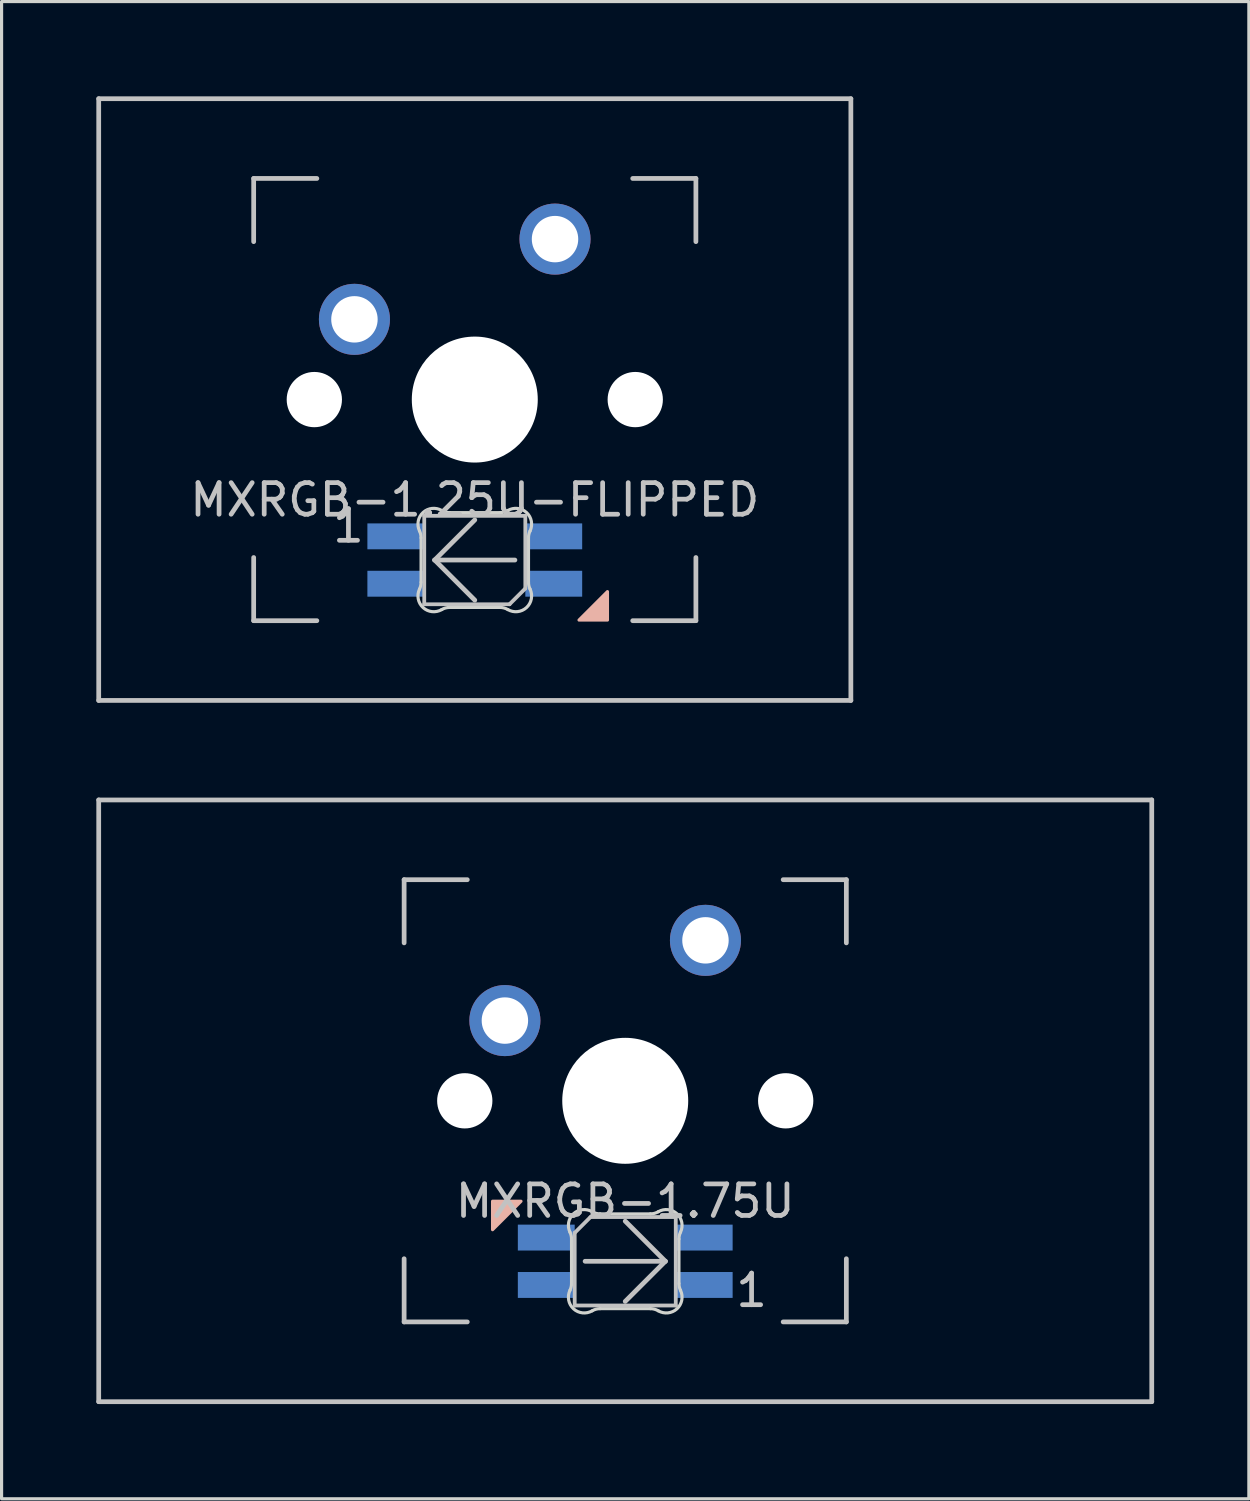
<source format=kicad_pcb>
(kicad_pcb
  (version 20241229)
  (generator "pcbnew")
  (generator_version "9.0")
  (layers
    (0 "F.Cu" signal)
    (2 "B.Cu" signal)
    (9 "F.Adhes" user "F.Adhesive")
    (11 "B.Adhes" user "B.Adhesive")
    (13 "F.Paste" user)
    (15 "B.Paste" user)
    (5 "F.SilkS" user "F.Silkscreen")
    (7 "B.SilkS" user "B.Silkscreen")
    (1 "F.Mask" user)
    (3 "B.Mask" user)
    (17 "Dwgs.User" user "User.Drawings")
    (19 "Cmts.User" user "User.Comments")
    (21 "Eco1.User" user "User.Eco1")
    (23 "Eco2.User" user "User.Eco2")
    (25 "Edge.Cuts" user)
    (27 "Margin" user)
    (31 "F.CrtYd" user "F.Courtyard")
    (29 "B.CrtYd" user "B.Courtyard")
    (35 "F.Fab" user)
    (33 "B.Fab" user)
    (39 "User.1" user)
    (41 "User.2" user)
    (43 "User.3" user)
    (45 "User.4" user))
  (footprint "MXRGB-1.75U"
    (layer "F.Cu")
    (at 16.744 31.8)
    (property "Reference" "MXRGB-1.75U" (at 0 3.175 0) (layer "Dwgs.User") (effects (font (size 1 1) (thickness 0.15))))
    (attr through_hole)
    (fp_poly (pts (xy -4.2 4.08) (xy -3.3 3.18) (xy -4.2 3.18)) (stroke (width 0.1) (type solid)) (fill yes) (layer "B.SilkS"))
    (fp_line (start -16.669 -9.525) (end 16.669 -9.525) (stroke (width 0.15) (type solid)) (layer "Dwgs.User"))
    (fp_line (start -16.669 9.525) (end -16.669 -9.525) (stroke (width 0.15) (type solid)) (layer "Dwgs.User"))
    (fp_line (start -16.669 9.525) (end 16.669 9.525) (stroke (width 0.15) (type solid)) (layer "Dwgs.User"))
    (fp_line (start -7 -7) (end -7 -5) (stroke (width 0.15) (type solid)) (layer "Dwgs.User"))
    (fp_line (start -7 5) (end -7 7) (stroke (width 0.15) (type solid)) (layer "Dwgs.User"))
    (fp_line (start -7 7) (end -5 7) (stroke (width 0.15) (type solid)) (layer "Dwgs.User"))
    (fp_line (start -5 -7) (end -7 -7) (stroke (width 0.15) (type solid)) (layer "Dwgs.User"))
    (fp_line (start -1.6 4.18) (end -1.6 6.48) (stroke (width 0.12) (type solid)) (layer "Dwgs.User"))
    (fp_line (start -1.6 4.18) (end -1.1 3.68) (stroke (width 0.12) (type solid)) (layer "Dwgs.User"))
    (fp_line (start -1.6 6.48) (end 1.6 6.48) (stroke (width 0.12) (type solid)) (layer "Dwgs.User"))
    (fp_line (start -1.27 5.08) (end 1.27 5.08) (stroke (width 0.15) (type solid)) (layer "Dwgs.User"))
    (fp_line (start 1.27 5.08) (end 0 3.81) (stroke (width 0.15) (type solid)) (layer "Dwgs.User"))
    (fp_line (start 1.27 5.08) (end 0 6.35) (stroke (width 0.15) (type solid)) (layer "Dwgs.User"))
    (fp_line (start 1.6 3.68) (end -1.1 3.68) (stroke (width 0.12) (type solid)) (layer "Dwgs.User"))
    (fp_line (start 1.6 6.48) (end 1.6 3.68) (stroke (width 0.12) (type solid)) (layer "Dwgs.User"))
    (fp_line (start 5 -7) (end 7 -7) (stroke (width 0.15) (type solid)) (layer "Dwgs.User"))
    (fp_line (start 5 7) (end 7 7) (stroke (width 0.15) (type solid)) (layer "Dwgs.User"))
    (fp_line (start 7 -7) (end 7 -5) (stroke (width 0.15) (type solid)) (layer "Dwgs.User"))
    (fp_line (start 7 7) (end 7 5) (stroke (width 0.15) (type solid)) (layer "Dwgs.User"))
    (fp_line (start 16.669 -9.525) (end 16.669 9.525) (stroke (width 0.15) (type solid)) (layer "Dwgs.User"))
    (fp_line (start -1.7 5.783) (end -1.7 4.377) (stroke (width 0.1) (type solid)) (layer "Edge.Cuts"))
    (fp_line (start -0.794 3.58) (end 0.794 3.58) (stroke (width 0.1) (type solid)) (layer "Edge.Cuts"))
    (fp_line (start 0.794 6.58) (end -0.794 6.58) (stroke (width 0.1) (type solid)) (layer "Edge.Cuts"))
    (fp_line (start 1.7 4.377) (end 1.7 5.783) (stroke (width 0.1) (type solid)) (layer "Edge.Cuts"))
    (fp_arc (start -1.749484 4.160281) (mid -1.712527 4.265933) (end -1.699999 4.377159) (stroke (width 0.1) (type solid)) (layer "Edge.Cuts"))
    (fp_arc (start -1.749484 4.160282) (mid -1.638072 3.575966) (end -1.046711 3.511702) (stroke (width 0.1) (type solid)) (layer "Edge.Cuts"))
    (fp_arc (start -1.699999 5.782844) (mid -1.712527 5.894069) (end -1.749484 5.999721) (stroke (width 0.1) (type solid)) (layer "Edge.Cuts"))
    (fp_arc (start -1.046711 6.648299) (mid -1.638071 6.584035) (end -1.749484 5.999721) (stroke (width 0.1) (type solid)) (layer "Edge.Cuts"))
    (fp_arc (start -1.046711 6.648299) (mid -0.925123 6.597377) (end -0.794453 6.58) (stroke (width 0.1) (type solid)) (layer "Edge.Cuts"))
    (fp_arc (start -0.794452 3.580001) (mid -0.925123 3.562624) (end -1.046711 3.511702) (stroke (width 0.1) (type solid)) (layer "Edge.Cuts"))
    (fp_arc (start 0.794453 6.580001) (mid 0.925123 6.597378) (end 1.046711 6.6483) (stroke (width 0.1) (type solid)) (layer "Edge.Cuts"))
    (fp_arc (start 1.04671 3.511702) (mid 0.925122 3.562624) (end 0.794452 3.580001) (stroke (width 0.1) (type solid)) (layer "Edge.Cuts"))
    (fp_arc (start 1.046711 3.511704) (mid 1.63807 3.575967) (end 1.749484 4.160281) (stroke (width 0.1) (type solid)) (layer "Edge.Cuts"))
    (fp_arc (start 1.699999 4.377158) (mid 1.712527 4.265933) (end 1.749484 4.160281) (stroke (width 0.1) (type solid)) (layer "Edge.Cuts"))
    (fp_arc (start 1.749484 5.999721) (mid 1.638071 6.584036) (end 1.046711 6.6483) (stroke (width 0.1) (type solid)) (layer "Edge.Cuts"))
    (fp_arc (start 1.749484 5.999721) (mid 1.712527 5.894069) (end 1.699999 5.782843) (stroke (width 0.1) (type solid)) (layer "Edge.Cuts"))
    (fp_text user "1" (at 4 6 0) (layer "Dwgs.User") (effects (font (size 1 1) (thickness 0.15))))
    (pad "" np_thru_hole circle (at -5.08 0 48.1) (size 1.75 1.75) (drill 1.75) (layers "*.Cu" "*.Mask"))
    (pad "" np_thru_hole circle (at 0 0) (size 3.988 3.988) (drill 3.988) (layers "*.Cu" "*.Mask"))
    (pad "" np_thru_hole circle (at 5.08 0 48.1) (size 1.75 1.75) (drill 1.75) (layers "*.Cu" "*.Mask"))
    (pad "1" thru_hole circle (at -3.81 -2.54) (size 2.25 2.25) (drill 1.47) (layers "*.Cu" "B.Mask"))
    (pad "2" thru_hole circle (at 2.54 -5.08) (size 2.25 2.25) (drill 1.47) (layers "*.Cu" "B.Mask"))
    (pad "3" smd rect (at 2.5 5.83) (size 1.8 0.82) (layers "B.Cu" "B.Mask" "B.Paste"))
    (pad "4" smd rect (at 2.5 4.33) (size 1.8 0.82) (layers "B.Cu" "B.Mask" "B.Paste"))
    (pad "5" smd rect (at -2.5 4.33) (size 1.8 0.82) (layers "B.Cu" "B.Mask" "B.Paste"))
    (pad "6" smd rect (at -2.5 5.83) (size 1.8 0.82) (layers "B.Cu" "B.Mask" "B.Paste")))
  (footprint "MXRGB-1.25U-FLIPPED"
    (layer "F.Cu")
    (at 11.981 9.6)
    (property "Reference" "MXRGB-1.25U-FLIPPED" (at 0 3.175 0) (layer "Dwgs.User") (effects (font (size 1 1) (thickness 0.15))))
    (attr through_hole)
    (fp_poly (pts (xy 4.2 6.08) (xy 3.3 6.98) (xy 4.2 6.98)) (stroke (width 0.1) (type solid)) (fill yes) (layer "B.SilkS"))
    (fp_line (start -11.906 -9.525) (end 11.906 -9.525) (stroke (width 0.15) (type solid)) (layer "Dwgs.User"))
    (fp_line (start -11.906 9.525) (end -11.906 -9.525) (stroke (width 0.15) (type solid)) (layer "Dwgs.User"))
    (fp_line (start -11.906 9.525) (end 11.906 9.525) (stroke (width 0.15) (type solid)) (layer "Dwgs.User"))
    (fp_line (start -7 -7) (end -7 -5) (stroke (width 0.15) (type solid)) (layer "Dwgs.User"))
    (fp_line (start -7 5) (end -7 7) (stroke (width 0.15) (type solid)) (layer "Dwgs.User"))
    (fp_line (start -7 7) (end -5 7) (stroke (width 0.15) (type solid)) (layer "Dwgs.User"))
    (fp_line (start -5 -7) (end -7 -7) (stroke (width 0.15) (type solid)) (layer "Dwgs.User"))
    (fp_line (start -1.6 3.68) (end -1.6 6.48) (stroke (width 0.12) (type solid)) (layer "Dwgs.User"))
    (fp_line (start -1.6 6.48) (end 1.1 6.48) (stroke (width 0.12) (type solid)) (layer "Dwgs.User"))
    (fp_line (start -1.27 5.08) (end 0 3.81) (stroke (width 0.15) (type solid)) (layer "Dwgs.User"))
    (fp_line (start -1.27 5.08) (end 0 6.35) (stroke (width 0.15) (type solid)) (layer "Dwgs.User"))
    (fp_line (start -1.27 5.08) (end 1.27 5.08) (stroke (width 0.15) (type solid)) (layer "Dwgs.User"))
    (fp_line (start 1.6 3.68) (end -1.6 3.68) (stroke (width 0.12) (type solid)) (layer "Dwgs.User"))
    (fp_line (start 1.6 5.98) (end 1.1 6.48) (stroke (width 0.12) (type solid)) (layer "Dwgs.User"))
    (fp_line (start 1.6 5.98) (end 1.6 3.68) (stroke (width 0.12) (type solid)) (layer "Dwgs.User"))
    (fp_line (start 5 -7) (end 7 -7) (stroke (width 0.15) (type solid)) (layer "Dwgs.User"))
    (fp_line (start 5 7) (end 7 7) (stroke (width 0.15) (type solid)) (layer "Dwgs.User"))
    (fp_line (start 7 -7) (end 7 -5) (stroke (width 0.15) (type solid)) (layer "Dwgs.User"))
    (fp_line (start 7 7) (end 7 5) (stroke (width 0.15) (type solid)) (layer "Dwgs.User"))
    (fp_line (start 11.906 -9.525) (end 11.906 9.525) (stroke (width 0.15) (type solid)) (layer "Dwgs.User"))
    (fp_line (start -1.7 5.783) (end -1.7 4.377) (stroke (width 0.1) (type solid)) (layer "Edge.Cuts"))
    (fp_line (start -0.794 3.58) (end 0.794 3.58) (stroke (width 0.1) (type solid)) (layer "Edge.Cuts"))
    (fp_line (start 0.794 6.58) (end -0.794 6.58) (stroke (width 0.1) (type solid)) (layer "Edge.Cuts"))
    (fp_line (start 1.7 4.377) (end 1.7 5.783) (stroke (width 0.1) (type solid)) (layer "Edge.Cuts"))
    (fp_arc (start -1.749484 4.160279) (mid -1.712527 4.265931) (end -1.699999 4.377157) (stroke (width 0.1) (type solid)) (layer "Edge.Cuts"))
    (fp_arc (start -1.749484 4.160279) (mid -1.638071 3.575964) (end -1.046711 3.5117) (stroke (width 0.1) (type solid)) (layer "Edge.Cuts"))
    (fp_arc (start -1.699999 5.782842) (mid -1.712527 5.894067) (end -1.749484 5.999719) (stroke (width 0.1) (type solid)) (layer "Edge.Cuts"))
    (fp_arc (start -1.046711 6.648296) (mid -1.63807 6.584033) (end -1.749484 5.999719) (stroke (width 0.1) (type solid)) (layer "Edge.Cuts"))
    (fp_arc (start -1.04671 6.648298) (mid -0.925122 6.597376) (end -0.794452 6.579999) (stroke (width 0.1) (type solid)) (layer "Edge.Cuts"))
    (fp_arc (start -0.794453 3.579999) (mid -0.925123 3.562622) (end -1.046711 3.5117) (stroke (width 0.1) (type solid)) (layer "Edge.Cuts"))
    (fp_arc (start 0.794452 6.579999) (mid 0.925123 6.597376) (end 1.046711 6.648298) (stroke (width 0.1) (type solid)) (layer "Edge.Cuts"))
    (fp_arc (start 1.046711 3.511701) (mid 0.925123 3.562623) (end 0.794453 3.58) (stroke (width 0.1) (type solid)) (layer "Edge.Cuts"))
    (fp_arc (start 1.046711 3.511701) (mid 1.638071 3.575965) (end 1.749484 4.160279) (stroke (width 0.1) (type solid)) (layer "Edge.Cuts"))
    (fp_arc (start 1.699999 4.377156) (mid 1.712527 4.265931) (end 1.749484 4.160279) (stroke (width 0.1) (type solid)) (layer "Edge.Cuts"))
    (fp_arc (start 1.749484 5.999718) (mid 1.638072 6.584034) (end 1.046711 6.648298) (stroke (width 0.1) (type solid)) (layer "Edge.Cuts"))
    (fp_arc (start 1.749484 5.999719) (mid 1.712527 5.894067) (end 1.699999 5.782841) (stroke (width 0.1) (type solid)) (layer "Edge.Cuts"))
    (fp_text user "1" (at -4 4 0) (layer "Dwgs.User") (effects (font (size 1 1) (thickness 0.15))))
    (pad "" np_thru_hole circle (at -5.08 0 48.1) (size 1.75 1.75) (drill 1.75) (layers "*.Cu" "*.Mask"))
    (pad "" np_thru_hole circle (at 0 0) (size 3.988 3.988) (drill 3.988) (layers "*.Cu" "*.Mask"))
    (pad "" np_thru_hole circle (at 5.08 0 48.1) (size 1.75 1.75) (drill 1.75) (layers "*.Cu" "*.Mask"))
    (pad "1" thru_hole circle (at -3.81 -2.54) (size 2.25 2.25) (drill 1.47) (layers "*.Cu" "B.Mask"))
    (pad "2" thru_hole circle (at 2.54 -5.08) (size 2.25 2.25) (drill 1.47) (layers "*.Cu" "B.Mask"))
    (pad "3" smd rect (at -2.5 4.33) (size 1.8 0.82) (layers "B.Cu" "B.Mask" "B.Paste"))
    (pad "4" smd rect (at -2.5 5.83) (size 1.8 0.82) (layers "B.Cu" "B.Mask" "B.Paste"))
    (pad "5" smd rect (at 2.5 5.83) (size 1.8 0.82) (layers "B.Cu" "B.Mask" "B.Paste"))
    (pad "6" smd rect (at 2.5 4.33) (size 1.8 0.82) (layers "B.Cu" "B.Mask" "B.Paste")))
  (gr_rect
    (start -3 -3)
    (end 36.487 44.4)
    (stroke (width 0.1) (type default))
    (fill no)
    (layer "Edge.Cuts")))
</source>
